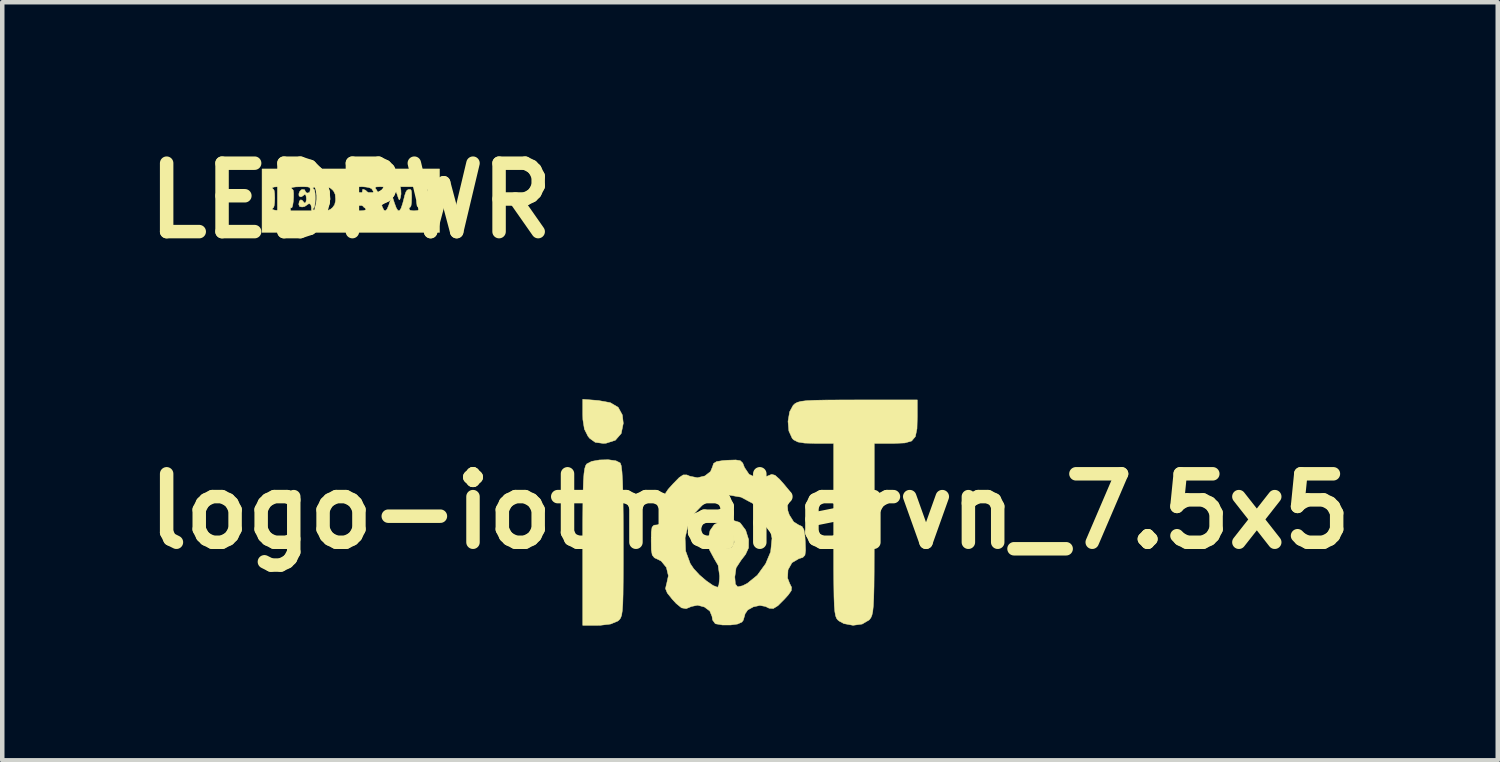
<source format=kicad_pcb>
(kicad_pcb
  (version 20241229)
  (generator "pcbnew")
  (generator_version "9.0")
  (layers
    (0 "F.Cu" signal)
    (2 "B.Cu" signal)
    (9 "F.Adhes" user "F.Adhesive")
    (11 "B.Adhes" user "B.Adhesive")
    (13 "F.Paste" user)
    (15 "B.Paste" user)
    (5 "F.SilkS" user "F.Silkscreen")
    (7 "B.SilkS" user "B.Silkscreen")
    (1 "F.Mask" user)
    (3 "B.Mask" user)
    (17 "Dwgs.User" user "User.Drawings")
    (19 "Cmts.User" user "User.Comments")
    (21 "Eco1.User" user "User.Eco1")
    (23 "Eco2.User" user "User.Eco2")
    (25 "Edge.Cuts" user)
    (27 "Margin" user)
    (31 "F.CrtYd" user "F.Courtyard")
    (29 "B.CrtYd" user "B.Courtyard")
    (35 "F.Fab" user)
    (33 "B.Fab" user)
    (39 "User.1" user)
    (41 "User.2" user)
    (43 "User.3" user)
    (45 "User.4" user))
  (footprint "logo-iotmakervn_7.5x5"
    (layer "F.Cu")
    (at 13.651 8.335)
    (property "Reference" "logo-iotmakervn_7.5x5" (at 0 0 0) (layer "F.SilkS") (effects (font (size 1.524 1.524) (thickness 0.3))))
    (attr through_hole)
    (fp_poly (pts (xy -3.378 -2.467) (xy -3.11 -2.418) (xy -2.935 -2.314) (xy -2.843 -2.145) (xy -2.822 -1.959) (xy -2.868 -1.733) (xy -2.999 -1.582) (xy -3.208 -1.515) (xy -3.27 -1.512) (xy -3.447 -1.536) (xy -3.57 -1.624) (xy -3.608 -1.671) (xy -3.688 -1.83) (xy -3.722 -2.043) (xy -3.725 -2.162) (xy -3.725 -2.494) (xy -3.378 -2.467)) (stroke (width 0.01) (type solid)) (fill yes) (layer "F.SilkS"))
    (fp_poly (pts (xy -2.985 -1.124) (xy -2.89 -1.076) (xy -2.868 -1.015) (xy -2.851 -0.878) (xy -2.838 -0.655) (xy -2.829 -0.338) (xy -2.824 0.081) (xy -2.822 0.611) (xy -2.822 0.674) (xy -2.822 1.168) (xy -2.824 1.554) (xy -2.827 1.848) (xy -2.833 2.063) (xy -2.844 2.213) (xy -2.859 2.312) (xy -2.881 2.374) (xy -2.909 2.414) (xy -2.946 2.444) (xy -2.948 2.446) (xy -3.103 2.51) (xy -3.337 2.539) (xy -3.399 2.54) (xy -3.725 2.54) (xy -3.725 0.791) (xy -3.725 0.275) (xy -3.722 -0.132) (xy -3.717 -0.445) (xy -3.709 -0.677) (xy -3.697 -0.841) (xy -3.681 -0.95) (xy -3.66 -1.018) (xy -3.637 -1.054) (xy -3.525 -1.112) (xy -3.349 -1.143) (xy -3.155 -1.148) (xy -2.985 -1.124)) (stroke (width 0.01) (type solid)) (fill yes) (layer "F.SilkS"))
    (fp_poly (pts (xy 3.725 -2.113) (xy 3.718 -1.839) (xy 3.682 -1.664) (xy 3.598 -1.565) (xy 3.447 -1.522) (xy 3.209 -1.512) (xy 3.187 -1.512) (xy 2.766 -1.512) (xy 2.766 0.393) (xy 2.765 0.924) (xy 2.764 1.348) (xy 2.761 1.676) (xy 2.755 1.924) (xy 2.746 2.104) (xy 2.733 2.229) (xy 2.715 2.313) (xy 2.692 2.368) (xy 2.663 2.408) (xy 2.653 2.419) (xy 2.498 2.511) (xy 2.294 2.539) (xy 2.09 2.501) (xy 1.988 2.446) (xy 1.953 2.418) (xy 1.926 2.382) (xy 1.905 2.326) (xy 1.889 2.237) (xy 1.877 2.102) (xy 1.87 1.908) (xy 1.866 1.641) (xy 1.863 1.29) (xy 1.863 0.84) (xy 1.863 0.42) (xy 1.863 -1.512) (xy 1.448 -1.512) (xy 1.215 -1.519) (xy 1.066 -1.543) (xy 0.973 -1.59) (xy 0.94 -1.623) (xy 0.865 -1.788) (xy 0.846 -2.003) (xy 0.882 -2.215) (xy 0.96 -2.359) (xy 1.001 -2.397) (xy 1.055 -2.426) (xy 1.136 -2.448) (xy 1.258 -2.463) (xy 1.437 -2.472) (xy 1.686 -2.477) (xy 2.02 -2.479) (xy 2.399 -2.48) (xy 3.725 -2.48) (xy 3.725 -2.113)) (stroke (width 0.01) (type solid)) (fill yes) (layer "F.SilkS"))
    (fp_poly (pts (xy -0.217 -1.127) (xy -0.162 -1.074) (xy -0.124 -0.976) (xy -0.022 -0.824) (xy 0.141 -0.747) (xy 0.327 -0.757) (xy 0.402 -0.79) (xy 0.482 -0.822) (xy 0.557 -0.802) (xy 0.655 -0.715) (xy 0.747 -0.612) (xy 0.868 -0.466) (xy 0.922 -0.372) (xy 0.918 -0.299) (xy 0.883 -0.235) (xy 0.832 -0.127) (xy 0.843 -0.01) (xy 0.875 0.081) (xy 0.972 0.235) (xy 1.082 0.304) (xy 1.158 0.338) (xy 1.201 0.411) (xy 1.223 0.555) (xy 1.23 0.677) (xy 1.237 0.871) (xy 1.223 0.977) (xy 1.176 1.027) (xy 1.087 1.055) (xy 0.934 1.145) (xy 0.846 1.303) (xy 0.836 1.487) (xy 0.881 1.604) (xy 0.925 1.692) (xy 0.919 1.767) (xy 0.85 1.864) (xy 0.763 1.96) (xy 0.621 2.102) (xy 0.519 2.165) (xy 0.426 2.159) (xy 0.343 2.119) (xy 0.22 2.096) (xy 0.074 2.128) (xy -0.051 2.197) (xy -0.112 2.286) (xy -0.113 2.299) (xy -0.15 2.425) (xy -0.181 2.467) (xy -0.276 2.51) (xy -0.436 2.532) (xy -0.613 2.532) (xy -0.758 2.507) (xy -0.776 2.5) (xy -0.833 2.422) (xy -0.847 2.337) (xy -0.896 2.22) (xy -1.016 2.131) (xy -1.166 2.091) (xy -1.302 2.119) (xy -1.422 2.168) (xy -1.525 2.15) (xy -1.645 2.052) (xy -1.729 1.961) (xy -1.842 1.82) (xy -1.882 1.722) (xy -1.863 1.634) (xy -1.859 1.625) (xy -1.818 1.436) (xy -1.862 1.25) (xy -1.976 1.11) (xy -2.038 1.077) (xy -2.129 1.035) (xy -2.178 0.973) (xy -2.198 0.857) (xy -2.201 0.659) (xy -2.2 0.59) (xy -1.446 0.59) (xy -1.434 0.885) (xy -1.33 1.167) (xy -1.255 1.278) (xy -1.125 1.419) (xy -0.969 1.552) (xy -0.823 1.653) (xy -0.721 1.693) (xy -0.72 1.693) (xy -0.694 1.639) (xy -0.679 1.504) (xy -0.677 1.44) (xy -0.71 1.204) (xy -0.803 1.044) (xy -0.904 0.856) (xy -0.934 0.638) (xy -0.634 0.638) (xy -0.624 0.747) (xy -0.61 0.77) (xy -0.505 0.834) (xy -0.403 0.8) (xy -0.35 0.69) (xy -0.372 0.554) (xy -0.416 0.491) (xy -0.503 0.472) (xy -0.584 0.534) (xy -0.634 0.638) (xy -0.934 0.638) (xy -0.934 0.637) (xy -0.891 0.431) (xy -0.797 0.296) (xy -0.623 0.207) (xy -0.42 0.189) (xy -0.242 0.244) (xy -0.214 0.264) (xy -0.097 0.421) (xy -0.031 0.631) (xy -0.033 0.815) (xy -0.098 0.957) (xy -0.202 1.093) (xy -0.31 1.259) (xy -0.339 1.462) (xy -0.326 1.621) (xy -0.274 1.683) (xy -0.164 1.658) (xy -0.06 1.605) (xy 0.162 1.425) (xy 0.348 1.168) (xy 0.459 0.904) (xy 0.49 0.6) (xy 0.424 0.304) (xy 0.277 0.04) (xy 0.064 -0.174) (xy -0.199 -0.315) (xy -0.48 -0.363) (xy -0.777 -0.311) (xy -1.033 -0.169) (xy -1.236 0.043) (xy -1.377 0.303) (xy -1.446 0.59) (xy -2.2 0.59) (xy -2.198 0.46) (xy -2.181 0.353) (xy -2.139 0.31) (xy -2.061 0.302) (xy -2.06 0.302) (xy -1.927 0.25) (xy -1.835 0.119) (xy -1.801 -0.05) (xy -1.839 -0.219) (xy -1.847 -0.235) (xy -1.89 -0.323) (xy -1.885 -0.397) (xy -1.821 -0.492) (xy -1.709 -0.616) (xy -1.577 -0.751) (xy -1.488 -0.81) (xy -1.408 -0.81) (xy -1.339 -0.781) (xy -1.171 -0.747) (xy -1.005 -0.787) (xy -0.879 -0.885) (xy -0.836 -0.989) (xy -0.811 -1.065) (xy -0.744 -1.107) (xy -0.607 -1.129) (xy -0.5 -1.137) (xy -0.318 -1.143) (xy -0.217 -1.127)) (stroke (width 0.01) (type solid)) (fill yes) (layer "F.SilkS")))
  (footprint "LEDPWR"
    (layer "F.Cu")
    (at 4.761 1.418)
    (property "Reference" "LEDPWR" (at 0 0 0) (layer "F.SilkS") (effects (font (size 1.524 1.524) (thickness 0.3))))
    (attr through_hole)
    (fp_poly (pts (xy 1.582 -0.209) (xy 1.599 -0.17) (xy 1.567 -0.124) (xy 1.565 -0.123) (xy 1.506 -0.089) (xy 1.476 -0.1) (xy 1.468 -0.155) (xy 1.481 -0.211) (xy 1.522 -0.226) (xy 1.582 -0.209)) (stroke (width 0.01) (type solid)) (fill yes) (layer "F.SilkS"))
    (fp_poly (pts (xy 0.328 -0.233) (xy 0.378 -0.186) (xy 0.395 -0.141) (xy 0.372 -0.088) (xy 0.319 -0.044) (xy 0.27 -0.028) (xy 0.26 -0.053) (xy 0.254 -0.116) (xy 0.254 -0.141) (xy 0.258 -0.212) (xy 0.266 -0.251) (xy 0.27 -0.254) (xy 0.328 -0.233)) (stroke (width 0.01) (type solid)) (fill yes) (layer "F.SilkS"))
    (fp_poly (pts (xy -0.57 -0.228) (xy -0.503 -0.186) (xy -0.467 -0.116) (xy -0.46 -0.032) (xy -0.48 0.049) (xy -0.526 0.112) (xy -0.597 0.141) (xy -0.607 0.141) (xy -0.645 0.138) (xy -0.666 0.119) (xy -0.675 0.072) (xy -0.677 -0.017) (xy -0.677 -0.038) (xy -0.675 -0.133) (xy -0.669 -0.204) (xy -0.661 -0.232) (xy -0.625 -0.237) (xy -0.57 -0.228)) (stroke (width 0.01) (type solid)) (fill yes) (layer "F.SilkS"))
    (fp_poly (pts (xy 1.976 0.706) (xy -1.976 0.706) (xy -1.976 0.18) (xy -1.75 0.18) (xy -1.74 0.199) (xy -1.688 0.213) (xy -1.59 0.221) (xy -1.442 0.225) (xy -1.312 0.226) (xy -0.875 0.226) (xy -0.875 0.187) (xy -0.848 0.187) (xy -0.824 0.21) (xy -0.749 0.223) (xy -0.662 0.226) (xy -0.555 0.223) (xy -0.487 0.21) (xy -0.446 0.187) (xy 0.084 0.187) (xy 0.106 0.212) (xy 0.174 0.225) (xy 0.212 0.226) (xy 0.287 0.22) (xy 0.333 0.205) (xy 0.339 0.197) (xy 0.316 0.162) (xy 0.296 0.151) (xy 0.261 0.113) (xy 0.254 0.082) (xy 0.271 0.04) (xy 0.329 0.028) (xy 0.329 0.028) (xy 0.417 0.005) (xy 0.479 -0.053) (xy 0.508 -0.131) (xy 0.499 -0.213) (xy 0.464 -0.266) (xy 0.418 -0.288) (xy 0.399 -0.292) (xy 0.54 -0.292) (xy 0.555 -0.261) (xy 0.573 -0.241) (xy 0.597 -0.198) (xy 0.627 -0.115) (xy 0.658 -0.01) (xy 0.663 0.011) (xy 0.701 0.139) (xy 0.737 0.211) (xy 0.773 0.227) (xy 0.809 0.188) (xy 0.849 0.094) (xy 0.862 0.051) (xy 0.915 -0.123) (xy 0.971 0.051) (xy 1.013 0.163) (xy 1.05 0.22) (xy 1.085 0.222) (xy 1.12 0.17) (xy 1.156 0.062) (xy 1.174 -0.007) (xy 1.203 -0.123) (xy 1.228 -0.194) (xy 1.253 -0.232) (xy 1.284 -0.248) (xy 1.292 -0.249) (xy 1.325 -0.25) (xy 1.343 -0.234) (xy 1.352 -0.19) (xy 1.355 -0.105) (xy 1.355 -0.058) (xy 1.351 0.044) (xy 1.341 0.114) (xy 1.327 0.141) (xy 1.326 0.141) (xy 1.301 0.164) (xy 1.298 0.183) (xy 1.317 0.213) (xy 1.379 0.225) (xy 1.411 0.226) (xy 1.49 0.219) (xy 1.522 0.196) (xy 1.524 0.183) (xy 1.509 0.146) (xy 1.496 0.141) (xy 1.476 0.117) (xy 1.468 0.057) (xy 1.468 0.055) (xy 1.472 -0.002) (xy 1.492 -0.014) (xy 1.515 -0.005) (xy 1.558 0.038) (xy 1.602 0.107) (xy 1.607 0.117) (xy 1.657 0.191) (xy 1.724 0.22) (xy 1.729 0.221) (xy 1.789 0.217) (xy 1.806 0.185) (xy 1.786 0.147) (xy 1.766 0.141) (xy 1.729 0.117) (xy 1.698 0.058) (xy 1.679 -0.013) (xy 1.68 -0.073) (xy 1.69 -0.093) (xy 1.718 -0.155) (xy 1.714 -0.23) (xy 1.688 -0.277) (xy 1.639 -0.295) (xy 1.54 -0.306) (xy 1.393 -0.31) (xy 1.378 -0.31) (xy 1.102 -0.31) (xy 1.116 -0.233) (xy 1.119 -0.147) (xy 1.106 -0.071) (xy 1.091 -0.026) (xy 1.079 -0.017) (xy 1.063 -0.047) (xy 1.037 -0.125) (xy 1.029 -0.148) (xy 0.986 -0.256) (xy 0.943 -0.309) (xy 0.902 -0.307) (xy 0.865 -0.249) (xy 0.844 -0.183) (xy 0.82 -0.104) (xy 0.797 -0.052) (xy 0.789 -0.042) (xy 0.768 -0.053) (xy 0.751 -0.102) (xy 0.741 -0.168) (xy 0.743 -0.233) (xy 0.748 -0.253) (xy 0.753 -0.29) (xy 0.729 -0.306) (xy 0.663 -0.31) (xy 0.651 -0.31) (xy 0.571 -0.307) (xy 0.54 -0.292) (xy 0.399 -0.292) (xy 0.342 -0.303) (xy 0.254 -0.311) (xy 0.17 -0.31) (xy 0.108 -0.301) (xy 0.085 -0.282) (xy 0.106 -0.255) (xy 0.113 -0.254) (xy 0.127 -0.228) (xy 0.137 -0.158) (xy 0.141 -0.058) (xy 0.137 0.042) (xy 0.127 0.118) (xy 0.113 0.155) (xy 0.113 0.155) (xy 0.084 0.187) (xy -0.446 0.187) (xy -0.437 0.183) (xy -0.408 0.157) (xy -0.36 0.091) (xy -0.34 0.008) (xy -0.339 -0.042) (xy -0.348 -0.142) (xy -0.382 -0.212) (xy -0.408 -0.241) (xy -0.455 -0.28) (xy -0.51 -0.301) (xy -0.591 -0.309) (xy -0.662 -0.31) (xy -0.758 -0.306) (xy -0.824 -0.296) (xy -0.847 -0.282) (xy -0.825 -0.255) (xy -0.818 -0.254) (xy -0.804 -0.228) (xy -0.794 -0.158) (xy -0.79 -0.058) (xy -0.794 0.042) (xy -0.804 0.118) (xy -0.818 0.155) (xy -0.818 0.155) (xy -0.848 0.187) (xy -0.875 0.187) (xy -0.875 0.157) (xy -0.889 0.091) (xy -0.924 0.064) (xy -0.966 0.085) (xy -0.974 0.094) (xy -1.027 0.13) (xy -1.083 0.141) (xy -1.138 0.131) (xy -1.157 0.089) (xy -1.157 0.072) (xy -1.144 0.009) (xy -1.113 -0.02) (xy -1.077 -0.004) (xy -1.067 0.01) (xy -1.031 0.053) (xy -1.003 0.042) (xy -0.989 -0.017) (xy -0.988 -0.042) (xy -0.997 -0.114) (xy -1.021 -0.142) (xy -1.053 -0.12) (xy -1.058 -0.113) (xy -1.099 -0.087) (xy -1.118 -0.085) (xy -1.152 -0.104) (xy -1.157 -0.15) (xy -1.139 -0.202) (xy -1.102 -0.241) (xy -1.079 -0.249) (xy -1.027 -0.242) (xy -1.016 -0.214) (xy -0.992 -0.177) (xy -0.96 -0.169) (xy -0.915 -0.186) (xy -0.903 -0.24) (xy -0.906 -0.276) (xy -0.922 -0.297) (xy -0.963 -0.307) (xy -1.04 -0.31) (xy -1.115 -0.31) (xy -1.221 -0.307) (xy -1.296 -0.297) (xy -1.326 -0.284) (xy -1.326 -0.282) (xy -1.305 -0.255) (xy -1.297 -0.254) (xy -1.281 -0.229) (xy -1.274 -0.165) (xy -1.274 -0.078) (xy -1.28 0.014) (xy -1.292 0.096) (xy -1.308 0.15) (xy -1.319 0.162) (xy -1.348 0.149) (xy -1.355 0.115) (xy -1.372 0.067) (xy -1.397 0.056) (xy -1.434 0.079) (xy -1.439 0.099) (xy -1.464 0.133) (xy -1.51 0.141) (xy -1.547 0.138) (xy -1.568 0.121) (xy -1.578 0.078) (xy -1.58 -0.004) (xy -1.58 -0.056) (xy -1.577 -0.158) (xy -1.567 -0.228) (xy -1.552 -0.254) (xy -1.552 -0.254) (xy -1.525 -0.275) (xy -1.524 -0.282) (xy -1.549 -0.3) (xy -1.612 -0.31) (xy -1.637 -0.31) (xy -1.708 -0.304) (xy -1.747 -0.289) (xy -1.75 -0.282) (xy -1.728 -0.255) (xy -1.722 -0.254) (xy -1.707 -0.228) (xy -1.697 -0.158) (xy -1.693 -0.058) (xy -1.697 0.042) (xy -1.707 0.118) (xy -1.721 0.155) (xy -1.722 0.155) (xy -1.75 0.18) (xy -1.976 0.18) (xy -1.976 -0.706) (xy 1.976 -0.706) (xy 1.976 0.706)) (stroke (width 0.01) (type solid)) (fill yes) (layer "F.SilkS")))
  (gr_rect
    (start -3 -3)
    (end 30.301 13.88)
    (stroke (width 0.1) (type default))
    (fill no)
    (layer "Edge.Cuts")))
</source>
